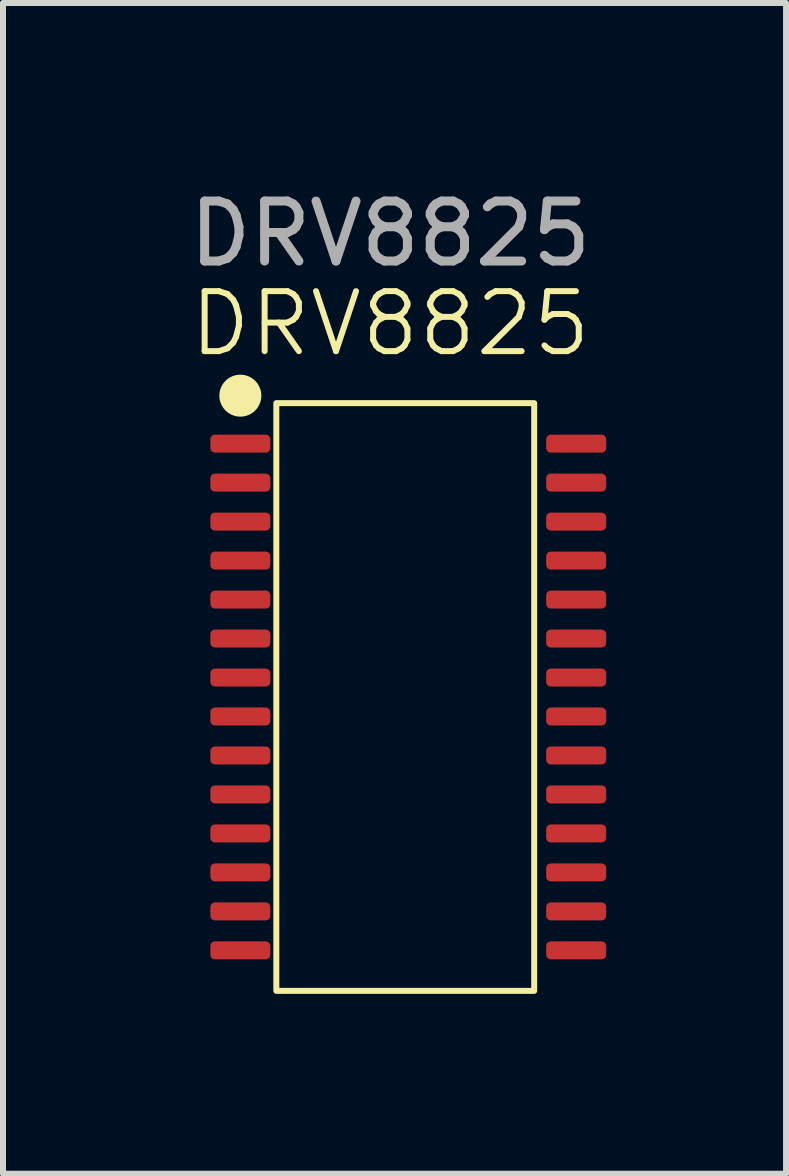
<source format=kicad_pcb>
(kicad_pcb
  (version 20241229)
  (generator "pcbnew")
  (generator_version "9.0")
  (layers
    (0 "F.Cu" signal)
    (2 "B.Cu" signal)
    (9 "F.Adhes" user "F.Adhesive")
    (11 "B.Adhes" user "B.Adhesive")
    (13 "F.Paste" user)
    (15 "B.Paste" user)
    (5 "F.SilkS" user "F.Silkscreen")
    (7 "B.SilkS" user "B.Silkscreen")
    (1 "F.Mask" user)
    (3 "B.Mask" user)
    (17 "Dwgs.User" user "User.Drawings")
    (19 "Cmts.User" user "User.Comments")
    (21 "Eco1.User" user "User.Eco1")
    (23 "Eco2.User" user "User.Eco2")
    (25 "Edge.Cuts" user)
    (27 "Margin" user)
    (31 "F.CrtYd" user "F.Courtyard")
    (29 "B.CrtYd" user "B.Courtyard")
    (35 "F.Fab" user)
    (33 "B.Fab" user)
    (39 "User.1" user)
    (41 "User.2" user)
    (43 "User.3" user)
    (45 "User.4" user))
  (footprint "DRV8825"
    (layer "F.Cu")
    (at 3.658 8.573)
    (property "Reference" "DRV8825" (at -0.2 -6.225 0) (unlocked yes) (layer "F.SilkS") (effects (font (size 1 1) (thickness 0.1))))
    (attr smd)
    (fp_rect (start -1.5 -3.6) (end 1.6 3.6) (stroke (width 0.1) (type solid)) (fill yes) (layer "F.Mask"))
    (fp_rect (start -2.1 -4.9) (end 2.2 4.9) (stroke (width 0.1) (type default)) (fill no) (layer "F.SilkS"))
    (fp_circle (center -2.7 -5.025) (end -2.4 -5.025) (stroke (width 0.1) (type solid)) (fill yes) (layer "F.SilkS"))
    (fp_rect (start -1.5 -3.6) (end 1.6 3.6) (stroke (width 0.1) (type solid)) (fill yes) (layer "F.Paste"))
    (fp_text user "${REFERENCE}" (at -0.2 -7.725 0) (unlocked yes) (layer "F.Fab") (effects (font (size 1 1) (thickness 0.15))))
    (pad "1" smd roundrect (at -2.7 -4.225) (size 1 0.3) (layers "F.Cu" "F.Mask" "F.Paste") (roundrect_rratio 0.25))
    (pad "2" smd roundrect (at -2.7 -3.575) (size 1 0.3) (layers "F.Cu" "F.Mask" "F.Paste") (roundrect_rratio 0.25))
    (pad "3" smd roundrect (at -2.7 -2.925) (size 1 0.3) (layers "F.Cu" "F.Mask" "F.Paste") (roundrect_rratio 0.25))
    (pad "4" smd roundrect (at -2.7 -2.275) (size 1 0.3) (layers "F.Cu" "F.Mask" "F.Paste") (roundrect_rratio 0.25))
    (pad "5" smd roundrect (at -2.7 -1.625) (size 1 0.3) (layers "F.Cu" "F.Mask" "F.Paste") (roundrect_rratio 0.25))
    (pad "6" smd roundrect (at -2.7 -0.975) (size 1 0.3) (layers "F.Cu" "F.Mask" "F.Paste") (roundrect_rratio 0.25))
    (pad "7" smd roundrect (at -2.7 -0.325) (size 1 0.3) (layers "F.Cu" "F.Mask" "F.Paste") (roundrect_rratio 0.25))
    (pad "8" smd roundrect (at -2.7 0.325) (size 1 0.3) (layers "F.Cu" "F.Mask" "F.Paste") (roundrect_rratio 0.25))
    (pad "9" smd roundrect (at -2.7 0.975) (size 1 0.3) (layers "F.Cu" "F.Mask" "F.Paste") (roundrect_rratio 0.25))
    (pad "10" smd roundrect (at -2.7 1.625) (size 1 0.3) (layers "F.Cu" "F.Mask" "F.Paste") (roundrect_rratio 0.25))
    (pad "11" smd roundrect (at -2.7 2.275) (size 1 0.3) (layers "F.Cu" "F.Mask" "F.Paste") (roundrect_rratio 0.25))
    (pad "12" smd roundrect (at -2.7 2.925) (size 1 0.3) (layers "F.Cu" "F.Mask" "F.Paste") (roundrect_rratio 0.25))
    (pad "13" smd roundrect (at -2.7 3.575) (size 1 0.3) (layers "F.Cu" "F.Mask" "F.Paste") (roundrect_rratio 0.25))
    (pad "14" smd roundrect (at -2.7 4.225) (size 1 0.3) (layers "F.Cu" "F.Mask" "F.Paste") (roundrect_rratio 0.25))
    (pad "15" smd roundrect (at 2.9 4.225) (size 1 0.3) (layers "F.Cu" "F.Mask" "F.Paste") (roundrect_rratio 0.25))
    (pad "16" smd roundrect (at 2.9 3.575) (size 1 0.3) (layers "F.Cu" "F.Mask" "F.Paste") (roundrect_rratio 0.25))
    (pad "17" smd roundrect (at 2.9 2.925) (size 1 0.3) (layers "F.Cu" "F.Mask" "F.Paste") (roundrect_rratio 0.25))
    (pad "18" smd roundrect (at 2.9 2.275) (size 1 0.3) (layers "F.Cu" "F.Mask" "F.Paste") (roundrect_rratio 0.25))
    (pad "19" smd roundrect (at 2.9 1.625) (size 1 0.3) (layers "F.Cu" "F.Mask" "F.Paste") (roundrect_rratio 0.25))
    (pad "20" smd roundrect (at 2.9 0.975) (size 1 0.3) (layers "F.Cu" "F.Mask" "F.Paste") (roundrect_rratio 0.25))
    (pad "21" smd roundrect (at 2.9 0.325) (size 1 0.3) (layers "F.Cu" "F.Mask" "F.Paste") (roundrect_rratio 0.25))
    (pad "22" smd roundrect (at 2.9 -0.325) (size 1 0.3) (layers "F.Cu" "F.Mask" "F.Paste") (roundrect_rratio 0.25))
    (pad "23" smd roundrect (at 2.9 -0.975) (size 1 0.3) (layers "F.Cu" "F.Mask" "F.Paste") (roundrect_rratio 0.25))
    (pad "24" smd roundrect (at 2.9 -1.625) (size 1 0.3) (layers "F.Cu" "F.Mask" "F.Paste") (roundrect_rratio 0.25))
    (pad "25" smd roundrect (at 2.9 -2.275) (size 1 0.3) (layers "F.Cu" "F.Mask" "F.Paste") (roundrect_rratio 0.25))
    (pad "26" smd roundrect (at 2.9 -2.925) (size 1 0.3) (layers "F.Cu" "F.Mask" "F.Paste") (roundrect_rratio 0.25))
    (pad "27" smd roundrect (at 2.9 -3.575) (size 1 0.3) (layers "F.Cu" "F.Mask" "F.Paste") (roundrect_rratio 0.25))
    (pad "28" smd roundrect (at 2.9 -4.225) (size 1 0.3) (layers "F.Cu" "F.Mask" "F.Paste") (roundrect_rratio 0.25)))
  (gr_rect
    (start -3 -3)
    (end 10.058 16.523)
    (stroke (width 0.1) (type default))
    (fill no)
    (layer "Edge.Cuts")))
</source>
